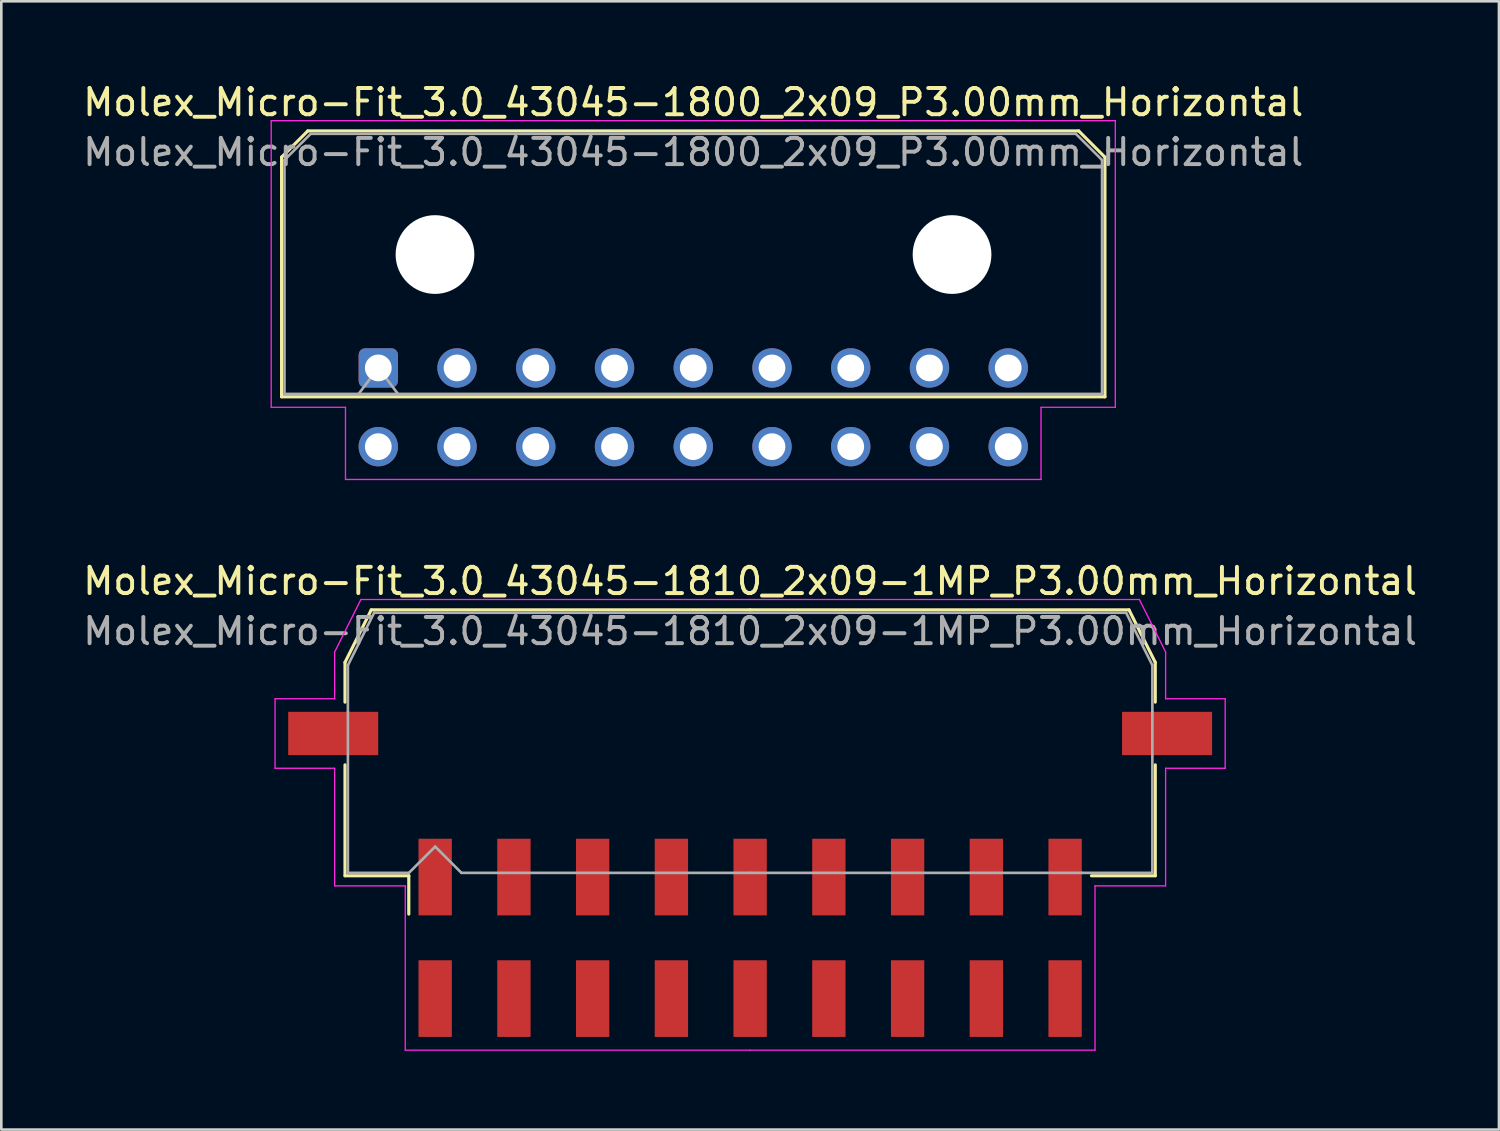
<source format=kicad_pcb>
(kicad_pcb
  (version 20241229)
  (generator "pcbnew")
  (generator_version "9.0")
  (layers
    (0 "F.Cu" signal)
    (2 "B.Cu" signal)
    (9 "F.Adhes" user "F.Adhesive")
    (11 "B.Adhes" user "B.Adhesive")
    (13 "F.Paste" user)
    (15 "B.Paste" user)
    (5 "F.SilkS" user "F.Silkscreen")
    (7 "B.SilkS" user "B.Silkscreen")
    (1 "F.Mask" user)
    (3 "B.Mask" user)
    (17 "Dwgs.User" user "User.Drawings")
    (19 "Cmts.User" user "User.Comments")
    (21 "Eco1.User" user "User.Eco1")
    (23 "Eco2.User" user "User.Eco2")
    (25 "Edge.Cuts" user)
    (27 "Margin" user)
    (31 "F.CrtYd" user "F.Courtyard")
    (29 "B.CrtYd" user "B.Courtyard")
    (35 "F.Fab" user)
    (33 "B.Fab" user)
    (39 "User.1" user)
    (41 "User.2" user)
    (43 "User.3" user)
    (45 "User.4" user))
  (footprint "Molex_Micro-Fit_3.0_43045-1810_2x09-1MP_P3.00mm_Horizontal"
    (layer "F.Cu")
    (at 25.53 32.681)
    (property "Reference" "Molex_Micro-Fit_3.0_43045-1810_2x09-1MP_P3.00mm_Horizontal" (at 0 -13.59 0) (layer "F.SilkS") (effects (font (size 1 1) (thickness 0.15))))
    (attr smd)
    (fp_line (start -15.435 -10.495) (end -15.435 -8.98) (stroke (width 0.12) (type solid)) (layer "F.SilkS"))
    (fp_line (start -15.435 -6.59) (end -15.435 -2.365) (stroke (width 0.12) (type solid)) (layer "F.SilkS"))
    (fp_line (start -15.435 -2.365) (end -13.005 -2.365) (stroke (width 0.12) (type solid)) (layer "F.SilkS"))
    (fp_line (start -14.435 -12.495) (end -15.435 -10.495) (stroke (width 0.12) (type solid)) (layer "F.SilkS"))
    (fp_line (start -13.005 -2.365) (end -13.005 -0.905) (stroke (width 0.12) (type solid)) (layer "F.SilkS"))
    (fp_line (start 0 -12.495) (end -14.435 -12.495) (stroke (width 0.12) (type solid)) (layer "F.SilkS"))
    (fp_line (start 0 -12.495) (end 14.435 -12.495) (stroke (width 0.12) (type solid)) (layer "F.SilkS"))
    (fp_line (start 14.435 -12.495) (end 15.435 -10.495) (stroke (width 0.12) (type solid)) (layer "F.SilkS"))
    (fp_line (start 15.435 -10.495) (end 15.435 -8.98) (stroke (width 0.12) (type solid)) (layer "F.SilkS"))
    (fp_line (start 15.435 -6.59) (end 15.435 -2.365) (stroke (width 0.12) (type solid)) (layer "F.SilkS"))
    (fp_line (start 15.435 -2.365) (end 13.005 -2.365) (stroke (width 0.12) (type solid)) (layer "F.SilkS"))
    (fp_line (start -18.1 -9.11) (end -18.1 -6.46) (stroke (width 0.05) (type solid)) (layer "F.CrtYd"))
    (fp_line (start -18.1 -6.46) (end -15.83 -6.46) (stroke (width 0.05) (type solid)) (layer "F.CrtYd"))
    (fp_line (start -15.83 -10.89) (end -15.83 -9.11) (stroke (width 0.05) (type solid)) (layer "F.CrtYd"))
    (fp_line (start -15.83 -9.11) (end -18.1 -9.11) (stroke (width 0.05) (type solid)) (layer "F.CrtYd"))
    (fp_line (start -15.83 -6.46) (end -15.83 -1.98) (stroke (width 0.05) (type solid)) (layer "F.CrtYd"))
    (fp_line (start -15.83 -1.98) (end -13.14 -1.98) (stroke (width 0.05) (type solid)) (layer "F.CrtYd"))
    (fp_line (start -14.83 -12.89) (end -15.83 -10.89) (stroke (width 0.05) (type solid)) (layer "F.CrtYd"))
    (fp_line (start -13.14 -1.98) (end -13.14 4.28) (stroke (width 0.05) (type solid)) (layer "F.CrtYd"))
    (fp_line (start -13.14 4.28) (end 0 4.28) (stroke (width 0.05) (type solid)) (layer "F.CrtYd"))
    (fp_line (start 0 -12.89) (end -14.83 -12.89) (stroke (width 0.05) (type solid)) (layer "F.CrtYd"))
    (fp_line (start 0 -12.89) (end 14.83 -12.89) (stroke (width 0.05) (type solid)) (layer "F.CrtYd"))
    (fp_line (start 13.14 -1.98) (end 13.14 4.28) (stroke (width 0.05) (type solid)) (layer "F.CrtYd"))
    (fp_line (start 13.14 4.28) (end 0 4.28) (stroke (width 0.05) (type solid)) (layer "F.CrtYd"))
    (fp_line (start 14.83 -12.89) (end 15.83 -10.89) (stroke (width 0.05) (type solid)) (layer "F.CrtYd"))
    (fp_line (start 15.83 -10.89) (end 15.83 -9.11) (stroke (width 0.05) (type solid)) (layer "F.CrtYd"))
    (fp_line (start 15.83 -9.11) (end 18.1 -9.11) (stroke (width 0.05) (type solid)) (layer "F.CrtYd"))
    (fp_line (start 15.83 -6.46) (end 15.83 -1.98) (stroke (width 0.05) (type solid)) (layer "F.CrtYd"))
    (fp_line (start 15.83 -1.98) (end 13.14 -1.98) (stroke (width 0.05) (type solid)) (layer "F.CrtYd"))
    (fp_line (start 18.1 -9.11) (end 18.1 -6.46) (stroke (width 0.05) (type solid)) (layer "F.CrtYd"))
    (fp_line (start 18.1 -6.46) (end 15.83 -6.46) (stroke (width 0.05) (type solid)) (layer "F.CrtYd"))
    (fp_line (start -15.325 -10.385) (end -15.325 -8.61) (stroke (width 0.1) (type solid)) (layer "F.Fab"))
    (fp_line (start -15.325 -8.61) (end -15.325 -2.475) (stroke (width 0.1) (type solid)) (layer "F.Fab"))
    (fp_line (start -15.325 -2.475) (end -13 -2.475) (stroke (width 0.1) (type solid)) (layer "F.Fab"))
    (fp_line (start -14.325 -12.385) (end -15.325 -10.385) (stroke (width 0.1) (type solid)) (layer "F.Fab"))
    (fp_line (start -13 -2.475) (end -12 -3.475) (stroke (width 0.1) (type solid)) (layer "F.Fab"))
    (fp_line (start -12 -3.475) (end -11 -2.475) (stroke (width 0.1) (type solid)) (layer "F.Fab"))
    (fp_line (start -11 -2.475) (end 0 -2.475) (stroke (width 0.1) (type solid)) (layer "F.Fab"))
    (fp_line (start 0 -12.385) (end -14.325 -12.385) (stroke (width 0.1) (type solid)) (layer "F.Fab"))
    (fp_line (start 0 -12.385) (end 14.325 -12.385) (stroke (width 0.1) (type solid)) (layer "F.Fab"))
    (fp_line (start 12.635 -2.475) (end 0 -2.475) (stroke (width 0.1) (type solid)) (layer "F.Fab"))
    (fp_line (start 14.325 -12.385) (end 15.325 -10.385) (stroke (width 0.1) (type solid)) (layer "F.Fab"))
    (fp_line (start 15.325 -10.385) (end 15.325 -8.61) (stroke (width 0.1) (type solid)) (layer "F.Fab"))
    (fp_line (start 15.325 -8.61) (end 15.325 -2.475) (stroke (width 0.1) (type solid)) (layer "F.Fab"))
    (fp_line (start 15.325 -2.475) (end 12.635 -2.475) (stroke (width 0.1) (type solid)) (layer "F.Fab"))
    (fp_text user "${REFERENCE}" (at 0 -11.68 0) (layer "F.Fab") (effects (font (size 1 1) (thickness 0.15))))
    (pad "1" smd rect (at -12 -2.315) (size 1.27 2.92) (layers "F.Cu" "F.Mask" "F.Paste"))
    (pad "2" smd rect (at -9 -2.315) (size 1.27 2.92) (layers "F.Cu" "F.Mask" "F.Paste"))
    (pad "3" smd rect (at -6 -2.315) (size 1.27 2.92) (layers "F.Cu" "F.Mask" "F.Paste"))
    (pad "4" smd rect (at -3 -2.315) (size 1.27 2.92) (layers "F.Cu" "F.Mask" "F.Paste"))
    (pad "5" smd rect (at 0 -2.315) (size 1.27 2.92) (layers "F.Cu" "F.Mask" "F.Paste"))
    (pad "6" smd rect (at 3 -2.315) (size 1.27 2.92) (layers "F.Cu" "F.Mask" "F.Paste"))
    (pad "7" smd rect (at 6 -2.315) (size 1.27 2.92) (layers "F.Cu" "F.Mask" "F.Paste"))
    (pad "8" smd rect (at 9 -2.315) (size 1.27 2.92) (layers "F.Cu" "F.Mask" "F.Paste"))
    (pad "9" smd rect (at 12 -2.315) (size 1.27 2.92) (layers "F.Cu" "F.Mask" "F.Paste"))
    (pad "10" smd rect (at -12 2.315) (size 1.27 2.92) (layers "F.Cu" "F.Mask" "F.Paste"))
    (pad "11" smd rect (at -9 2.315) (size 1.27 2.92) (layers "F.Cu" "F.Mask" "F.Paste"))
    (pad "12" smd rect (at -6 2.315) (size 1.27 2.92) (layers "F.Cu" "F.Mask" "F.Paste"))
    (pad "13" smd rect (at -3 2.315) (size 1.27 2.92) (layers "F.Cu" "F.Mask" "F.Paste"))
    (pad "14" smd rect (at 0 2.315) (size 1.27 2.92) (layers "F.Cu" "F.Mask" "F.Paste"))
    (pad "15" smd rect (at 3 2.315) (size 1.27 2.92) (layers "F.Cu" "F.Mask" "F.Paste"))
    (pad "16" smd rect (at 6 2.315) (size 1.27 2.92) (layers "F.Cu" "F.Mask" "F.Paste"))
    (pad "17" smd rect (at 9 2.315) (size 1.27 2.92) (layers "F.Cu" "F.Mask" "F.Paste"))
    (pad "18" smd rect (at 12 2.315) (size 1.27 2.92) (layers "F.Cu" "F.Mask" "F.Paste"))
    (pad "MP" smd rect (at -15.885 -7.785) (size 3.43 1.65) (layers "F.Cu" "F.Mask" "F.Paste"))
    (pad "MP" smd rect (at 15.885 -7.785) (size 3.43 1.65) (layers "F.Cu" "F.Mask" "F.Paste")))
  (footprint "Molex_Micro-Fit_3.0_43045-1800_2x09_P3.00mm_Horizontal"
    (layer "F.Cu")
    (at 11.363 10.968)
    (property "Reference" "Molex_Micro-Fit_3.0_43045-1800_2x09_P3.00mm_Horizontal" (at 12 -10.12 0) (layer "F.SilkS") (effects (font (size 1 1) (thickness 0.15))))
    (attr through_hole)
    (fp_line (start -3.685 -8.03) (end -2.685 -9.03) (stroke (width 0.12) (type solid)) (layer "F.SilkS"))
    (fp_line (start -3.685 1.1) (end -3.685 -8.03) (stroke (width 0.12) (type solid)) (layer "F.SilkS"))
    (fp_line (start -2.685 -9.03) (end 26.685 -9.03) (stroke (width 0.12) (type solid)) (layer "F.SilkS"))
    (fp_line (start 26.685 -9.03) (end 27.685 -8.03) (stroke (width 0.12) (type solid)) (layer "F.SilkS"))
    (fp_line (start 27.685 -8.03) (end 27.685 1.1) (stroke (width 0.12) (type solid)) (layer "F.SilkS"))
    (fp_line (start 27.685 1.1) (end -3.685 1.1) (stroke (width 0.12) (type solid)) (layer "F.SilkS"))
    (fp_line (start -4.08 -9.42) (end 28.08 -9.42) (stroke (width 0.05) (type solid)) (layer "F.CrtYd"))
    (fp_line (start -4.08 1.5) (end -4.08 -9.42) (stroke (width 0.05) (type solid)) (layer "F.CrtYd"))
    (fp_line (start -1.25 1.5) (end -4.08 1.5) (stroke (width 0.05) (type solid)) (layer "F.CrtYd"))
    (fp_line (start -1.25 4.25) (end -1.25 1.5) (stroke (width 0.05) (type solid)) (layer "F.CrtYd"))
    (fp_line (start 25.25 1.5) (end 25.25 4.25) (stroke (width 0.05) (type solid)) (layer "F.CrtYd"))
    (fp_line (start 25.25 4.25) (end -1.25 4.25) (stroke (width 0.05) (type solid)) (layer "F.CrtYd"))
    (fp_line (start 28.08 -9.42) (end 28.08 1.5) (stroke (width 0.05) (type solid)) (layer "F.CrtYd"))
    (fp_line (start 28.08 1.5) (end 25.25 1.5) (stroke (width 0.05) (type solid)) (layer "F.CrtYd"))
    (fp_line (start -3.575 -7.92) (end -2.575 -8.92) (stroke (width 0.1) (type solid)) (layer "F.Fab"))
    (fp_line (start -3.575 0.99) (end -3.575 -7.92) (stroke (width 0.1) (type solid)) (layer "F.Fab"))
    (fp_line (start -2.575 -8.92) (end 26.575 -8.92) (stroke (width 0.1) (type solid)) (layer "F.Fab"))
    (fp_line (start -0.75 0.99) (end 0 0) (stroke (width 0.1) (type solid)) (layer "F.Fab"))
    (fp_line (start 0 0) (end 0.75 0.99) (stroke (width 0.1) (type solid)) (layer "F.Fab"))
    (fp_line (start 26.575 -8.92) (end 27.575 -7.92) (stroke (width 0.1) (type solid)) (layer "F.Fab"))
    (fp_line (start 27.575 -7.92) (end 27.575 0.99) (stroke (width 0.1) (type solid)) (layer "F.Fab"))
    (fp_line (start 27.575 0.99) (end -3.575 0.99) (stroke (width 0.1) (type solid)) (layer "F.Fab"))
    (fp_text user "${REFERENCE}" (at 12 -8.22 0) (layer "F.Fab") (effects (font (size 1 1) (thickness 0.15))))
    (pad "" np_thru_hole circle (at 2.16 -4.32) (size 3 3) (drill 3) (layers "*.Cu" "*.Mask"))
    (pad "" np_thru_hole circle (at 21.86 -4.32) (size 3 3) (drill 3) (layers "*.Cu" "*.Mask"))
    (pad "1" thru_hole roundrect (at 0 0) (size 1.5 1.5) (drill 1.02) (layers "*.Cu" "*.Mask") (roundrect_rratio 0.167))
    (pad "2" thru_hole circle (at 3 0) (size 1.5 1.5) (drill 1.02) (layers "*.Cu" "*.Mask"))
    (pad "3" thru_hole circle (at 6 0) (size 1.5 1.5) (drill 1.02) (layers "*.Cu" "*.Mask"))
    (pad "4" thru_hole circle (at 9 0) (size 1.5 1.5) (drill 1.02) (layers "*.Cu" "*.Mask"))
    (pad "5" thru_hole circle (at 12 0) (size 1.5 1.5) (drill 1.02) (layers "*.Cu" "*.Mask"))
    (pad "6" thru_hole circle (at 15 0) (size 1.5 1.5) (drill 1.02) (layers "*.Cu" "*.Mask"))
    (pad "7" thru_hole circle (at 18 0) (size 1.5 1.5) (drill 1.02) (layers "*.Cu" "*.Mask"))
    (pad "8" thru_hole circle (at 21 0) (size 1.5 1.5) (drill 1.02) (layers "*.Cu" "*.Mask"))
    (pad "9" thru_hole circle (at 24 0) (size 1.5 1.5) (drill 1.02) (layers "*.Cu" "*.Mask"))
    (pad "10" thru_hole circle (at 0 3) (size 1.5 1.5) (drill 1.02) (layers "*.Cu" "*.Mask"))
    (pad "11" thru_hole circle (at 3 3) (size 1.5 1.5) (drill 1.02) (layers "*.Cu" "*.Mask"))
    (pad "12" thru_hole circle (at 6 3) (size 1.5 1.5) (drill 1.02) (layers "*.Cu" "*.Mask"))
    (pad "13" thru_hole circle (at 9 3) (size 1.5 1.5) (drill 1.02) (layers "*.Cu" "*.Mask"))
    (pad "14" thru_hole circle (at 12 3) (size 1.5 1.5) (drill 1.02) (layers "*.Cu" "*.Mask"))
    (pad "15" thru_hole circle (at 15 3) (size 1.5 1.5) (drill 1.02) (layers "*.Cu" "*.Mask"))
    (pad "16" thru_hole circle (at 18 3) (size 1.5 1.5) (drill 1.02) (layers "*.Cu" "*.Mask"))
    (pad "17" thru_hole circle (at 21 3) (size 1.5 1.5) (drill 1.02) (layers "*.Cu" "*.Mask"))
    (pad "18" thru_hole circle (at 24 3) (size 1.5 1.5) (drill 1.02) (layers "*.Cu" "*.Mask")))
  (gr_rect
    (start -3 -3)
    (end 54.06 39.986)
    (stroke (width 0.1) (type default))
    (fill no)
    (layer "Edge.Cuts")))
</source>
